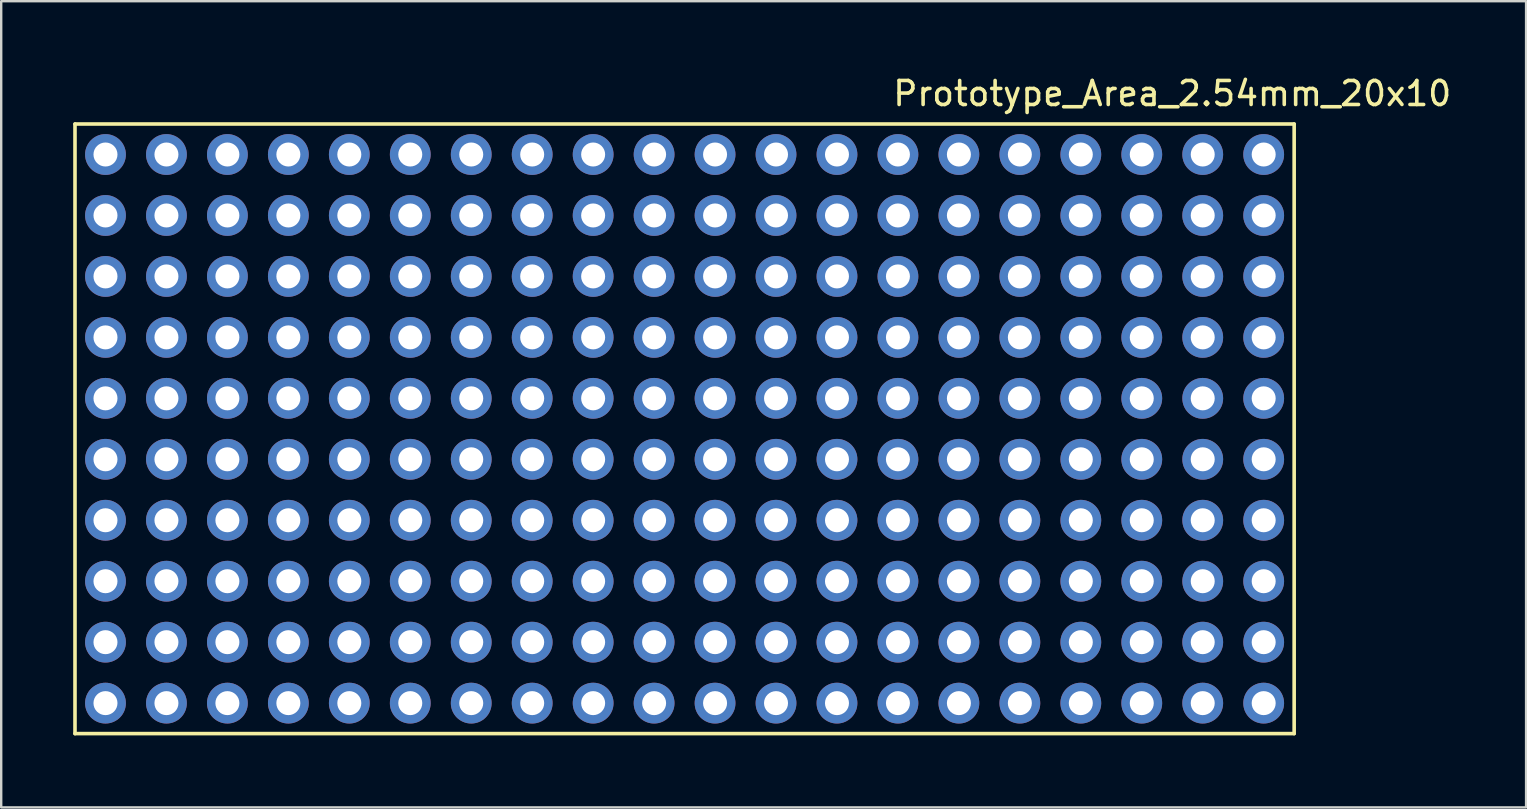
<source format=kicad_pcb>
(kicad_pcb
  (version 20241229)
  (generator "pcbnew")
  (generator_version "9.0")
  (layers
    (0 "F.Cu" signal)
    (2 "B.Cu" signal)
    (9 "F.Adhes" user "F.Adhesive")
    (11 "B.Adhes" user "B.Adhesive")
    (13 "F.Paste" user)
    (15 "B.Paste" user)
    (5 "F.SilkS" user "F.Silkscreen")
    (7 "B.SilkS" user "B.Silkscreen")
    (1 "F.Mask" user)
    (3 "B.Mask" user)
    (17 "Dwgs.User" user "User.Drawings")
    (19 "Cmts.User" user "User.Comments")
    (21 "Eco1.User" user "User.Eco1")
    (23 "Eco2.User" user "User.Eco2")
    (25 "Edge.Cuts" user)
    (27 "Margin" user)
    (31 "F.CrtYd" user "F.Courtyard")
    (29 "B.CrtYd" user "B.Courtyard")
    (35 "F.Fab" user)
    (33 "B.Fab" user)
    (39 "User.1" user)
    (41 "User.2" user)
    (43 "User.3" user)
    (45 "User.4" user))
  (footprint "Prototype_Area_2.54mm_20x10"
    (layer "F.Cu")
    (at 49.605 3.388)
    (property "Reference" "Prototype_Area_2.54mm_20x10" (at -3.81 -2.54 0) (layer "F.SilkS") (effects (font (size 1 1) (thickness 0.15))))
    (attr through_hole)
    (fp_line (start -49.53 -1.27) (end 1.27 -1.27) (stroke (width 0.15) (type solid)) (layer "F.SilkS"))
    (fp_line (start -49.53 24.13) (end -49.53 -1.27) (stroke (width 0.15) (type solid)) (layer "F.SilkS"))
    (fp_line (start 1.27 -1.27) (end 1.27 24.13) (stroke (width 0.15) (type solid)) (layer "F.SilkS"))
    (fp_line (start 1.27 24.13) (end -49.53 24.13) (stroke (width 0.15) (type solid)) (layer "F.SilkS"))
    (pad "1" thru_hole circle (at 0 0) (size 1.7 1.7) (drill 1) (layers "*.Cu" "*.Mask"))
    (pad "2" thru_hole oval (at -2.54 0) (size 1.7 1.7) (drill 1) (layers "*.Cu" "*.Mask"))
    (pad "3" thru_hole oval (at -27.94 0) (size 1.7 1.7) (drill 1) (layers "*.Cu" "*.Mask"))
    (pad "3" thru_hole oval (at -5.08 0) (size 1.7 1.7) (drill 1) (layers "*.Cu" "*.Mask"))
    (pad "4" thru_hole oval (at -30.48 0) (size 1.7 1.7) (drill 1) (layers "*.Cu" "*.Mask"))
    (pad "4" thru_hole oval (at -7.62 0) (size 1.7 1.7) (drill 1) (layers "*.Cu" "*.Mask"))
    (pad "5" thru_hole circle (at -33.02 0) (size 1.7 1.7) (drill 1) (layers "*.Cu" "*.Mask"))
    (pad "5" thru_hole circle (at -10.16 0) (size 1.7 1.7) (drill 1) (layers "*.Cu" "*.Mask"))
    (pad "6" thru_hole oval (at -35.56 0) (size 1.7 1.7) (drill 1) (layers "*.Cu" "*.Mask"))
    (pad "6" thru_hole oval (at -12.7 0) (size 1.7 1.7) (drill 1) (layers "*.Cu" "*.Mask"))
    (pad "7" thru_hole oval (at -38.1 0) (size 1.7 1.7) (drill 1) (layers "*.Cu" "*.Mask"))
    (pad "7" thru_hole oval (at -15.24 0) (size 1.7 1.7) (drill 1) (layers "*.Cu" "*.Mask"))
    (pad "8" thru_hole oval (at -40.64 0) (size 1.7 1.7) (drill 1) (layers "*.Cu" "*.Mask"))
    (pad "8" thru_hole oval (at -17.78 0) (size 1.7 1.7) (drill 1) (layers "*.Cu" "*.Mask"))
    (pad "9" thru_hole oval (at -43.18 0) (size 1.7 1.7) (drill 1) (layers "*.Cu" "*.Mask"))
    (pad "9" thru_hole oval (at -20.32 0) (size 1.7 1.7) (drill 1) (layers "*.Cu" "*.Mask"))
    (pad "10" thru_hole oval (at -45.72 0) (size 1.7 1.7) (drill 1) (layers "*.Cu" "*.Mask"))
    (pad "10" thru_hole oval (at -22.86 0) (size 1.7 1.7) (drill 1) (layers "*.Cu" "*.Mask"))
    (pad "11" thru_hole oval (at -48.26 0) (size 1.7 1.7) (drill 1) (layers "*.Cu" "*.Mask"))
    (pad "11" thru_hole oval (at -25.4 0) (size 1.7 1.7) (drill 1) (layers "*.Cu" "*.Mask"))
    (pad "12" thru_hole oval (at -48.26 2.54) (size 1.7 1.7) (drill 1) (layers "*.Cu" "*.Mask"))
    (pad "12" thru_hole oval (at -25.4 2.54) (size 1.7 1.7) (drill 1) (layers "*.Cu" "*.Mask"))
    (pad "13" thru_hole oval (at -45.72 2.54) (size 1.7 1.7) (drill 1) (layers "*.Cu" "*.Mask"))
    (pad "13" thru_hole oval (at -22.86 2.54) (size 1.7 1.7) (drill 1) (layers "*.Cu" "*.Mask"))
    (pad "14" thru_hole oval (at -43.18 2.54) (size 1.7 1.7) (drill 1) (layers "*.Cu" "*.Mask"))
    (pad "14" thru_hole oval (at -20.32 2.54) (size 1.7 1.7) (drill 1) (layers "*.Cu" "*.Mask"))
    (pad "15" thru_hole oval (at -40.64 2.54) (size 1.7 1.7) (drill 1) (layers "*.Cu" "*.Mask"))
    (pad "15" thru_hole oval (at -17.78 2.54) (size 1.7 1.7) (drill 1) (layers "*.Cu" "*.Mask"))
    (pad "16" thru_hole oval (at -38.1 2.54) (size 1.7 1.7) (drill 1) (layers "*.Cu" "*.Mask"))
    (pad "16" thru_hole oval (at -15.24 2.54) (size 1.7 1.7) (drill 1) (layers "*.Cu" "*.Mask"))
    (pad "17" thru_hole oval (at -35.56 2.54) (size 1.7 1.7) (drill 1) (layers "*.Cu" "*.Mask"))
    (pad "17" thru_hole oval (at -12.7 2.54) (size 1.7 1.7) (drill 1) (layers "*.Cu" "*.Mask"))
    (pad "18" thru_hole oval (at -33.02 2.54) (size 1.7 1.7) (drill 1) (layers "*.Cu" "*.Mask"))
    (pad "18" thru_hole oval (at -10.16 2.54) (size 1.7 1.7) (drill 1) (layers "*.Cu" "*.Mask"))
    (pad "19" thru_hole oval (at -30.48 2.54) (size 1.7 1.7) (drill 1) (layers "*.Cu" "*.Mask"))
    (pad "19" thru_hole oval (at -7.62 2.54) (size 1.7 1.7) (drill 1) (layers "*.Cu" "*.Mask"))
    (pad "20" thru_hole oval (at -27.94 2.54) (size 1.7 1.7) (drill 1) (layers "*.Cu" "*.Mask"))
    (pad "20" thru_hole oval (at -5.08 2.54) (size 1.7 1.7) (drill 1) (layers "*.Cu" "*.Mask"))
    (pad "21" thru_hole oval (at -2.54 2.54) (size 1.7 1.7) (drill 1) (layers "*.Cu" "*.Mask"))
    (pad "22" thru_hole oval (at 0 2.54) (size 1.7 1.7) (drill 1) (layers "*.Cu" "*.Mask"))
    (pad "23" thru_hole oval (at 0 5.08) (size 1.7 1.7) (drill 1) (layers "*.Cu" "*.Mask"))
    (pad "24" thru_hole oval (at -2.54 5.08) (size 1.7 1.7) (drill 1) (layers "*.Cu" "*.Mask"))
    (pad "25" thru_hole oval (at -27.94 5.08) (size 1.7 1.7) (drill 1) (layers "*.Cu" "*.Mask"))
    (pad "25" thru_hole oval (at -5.08 5.08) (size 1.7 1.7) (drill 1) (layers "*.Cu" "*.Mask"))
    (pad "26" thru_hole oval (at -30.48 5.08) (size 1.7 1.7) (drill 1) (layers "*.Cu" "*.Mask"))
    (pad "26" thru_hole oval (at -7.62 5.08) (size 1.7 1.7) (drill 1) (layers "*.Cu" "*.Mask"))
    (pad "27" thru_hole oval (at -33.02 5.08) (size 1.7 1.7) (drill 1) (layers "*.Cu" "*.Mask"))
    (pad "27" thru_hole oval (at -10.16 5.08) (size 1.7 1.7) (drill 1) (layers "*.Cu" "*.Mask"))
    (pad "28" thru_hole oval (at -35.56 5.08) (size 1.7 1.7) (drill 1) (layers "*.Cu" "*.Mask"))
    (pad "28" thru_hole oval (at -12.7 5.08) (size 1.7 1.7) (drill 1) (layers "*.Cu" "*.Mask"))
    (pad "29" thru_hole oval (at -38.1 5.08) (size 1.7 1.7) (drill 1) (layers "*.Cu" "*.Mask"))
    (pad "29" thru_hole oval (at -15.24 5.08) (size 1.7 1.7) (drill 1) (layers "*.Cu" "*.Mask"))
    (pad "30" thru_hole oval (at -40.64 5.08) (size 1.7 1.7) (drill 1) (layers "*.Cu" "*.Mask"))
    (pad "30" thru_hole oval (at -17.78 5.08) (size 1.7 1.7) (drill 1) (layers "*.Cu" "*.Mask"))
    (pad "31" thru_hole oval (at -43.18 5.08) (size 1.7 1.7) (drill 1) (layers "*.Cu" "*.Mask"))
    (pad "31" thru_hole oval (at -20.32 5.08) (size 1.7 1.7) (drill 1) (layers "*.Cu" "*.Mask"))
    (pad "32" thru_hole oval (at -45.72 5.08) (size 1.7 1.7) (drill 1) (layers "*.Cu" "*.Mask"))
    (pad "32" thru_hole oval (at -22.86 5.08) (size 1.7 1.7) (drill 1) (layers "*.Cu" "*.Mask"))
    (pad "33" thru_hole oval (at -48.26 5.08) (size 1.7 1.7) (drill 1) (layers "*.Cu" "*.Mask"))
    (pad "33" thru_hole oval (at -25.4 5.08) (size 1.7 1.7) (drill 1) (layers "*.Cu" "*.Mask"))
    (pad "34" thru_hole oval (at -48.26 7.62) (size 1.7 1.7) (drill 1) (layers "*.Cu" "*.Mask"))
    (pad "34" thru_hole oval (at -25.4 7.62) (size 1.7 1.7) (drill 1) (layers "*.Cu" "*.Mask"))
    (pad "35" thru_hole oval (at -45.72 7.62) (size 1.7 1.7) (drill 1) (layers "*.Cu" "*.Mask"))
    (pad "35" thru_hole oval (at -22.86 7.62) (size 1.7 1.7) (drill 1) (layers "*.Cu" "*.Mask"))
    (pad "36" thru_hole oval (at -43.18 7.62) (size 1.7 1.7) (drill 1) (layers "*.Cu" "*.Mask"))
    (pad "36" thru_hole oval (at -20.32 7.62) (size 1.7 1.7) (drill 1) (layers "*.Cu" "*.Mask"))
    (pad "37" thru_hole oval (at -40.64 7.62) (size 1.7 1.7) (drill 1) (layers "*.Cu" "*.Mask"))
    (pad "37" thru_hole oval (at -17.78 7.62) (size 1.7 1.7) (drill 1) (layers "*.Cu" "*.Mask"))
    (pad "38" thru_hole oval (at -38.1 7.62) (size 1.7 1.7) (drill 1) (layers "*.Cu" "*.Mask"))
    (pad "38" thru_hole oval (at -15.24 7.62) (size 1.7 1.7) (drill 1) (layers "*.Cu" "*.Mask"))
    (pad "39" thru_hole oval (at -35.56 7.62) (size 1.7 1.7) (drill 1) (layers "*.Cu" "*.Mask"))
    (pad "39" thru_hole oval (at -12.7 7.62) (size 1.7 1.7) (drill 1) (layers "*.Cu" "*.Mask"))
    (pad "40" thru_hole oval (at -33.02 7.62) (size 1.7 1.7) (drill 1) (layers "*.Cu" "*.Mask"))
    (pad "40" thru_hole oval (at -10.16 7.62) (size 1.7 1.7) (drill 1) (layers "*.Cu" "*.Mask"))
    (pad "41" thru_hole oval (at -30.48 7.62) (size 1.7 1.7) (drill 1) (layers "*.Cu" "*.Mask"))
    (pad "41" thru_hole oval (at -7.62 7.62) (size 1.7 1.7) (drill 1) (layers "*.Cu" "*.Mask"))
    (pad "42" thru_hole oval (at -27.94 7.62) (size 1.7 1.7) (drill 1) (layers "*.Cu" "*.Mask"))
    (pad "42" thru_hole oval (at -5.08 7.62) (size 1.7 1.7) (drill 1) (layers "*.Cu" "*.Mask"))
    (pad "43" thru_hole oval (at -2.54 7.62) (size 1.7 1.7) (drill 1) (layers "*.Cu" "*.Mask"))
    (pad "44" thru_hole oval (at 0 7.62) (size 1.7 1.7) (drill 1) (layers "*.Cu" "*.Mask"))
    (pad "45" thru_hole oval (at 0 10.16) (size 1.7 1.7) (drill 1) (layers "*.Cu" "*.Mask"))
    (pad "46" thru_hole oval (at -2.54 10.16) (size 1.7 1.7) (drill 1) (layers "*.Cu" "*.Mask"))
    (pad "47" thru_hole oval (at -27.94 10.16) (size 1.7 1.7) (drill 1) (layers "*.Cu" "*.Mask"))
    (pad "47" thru_hole oval (at -5.08 10.16) (size 1.7 1.7) (drill 1) (layers "*.Cu" "*.Mask"))
    (pad "48" thru_hole oval (at -30.48 10.16) (size 1.7 1.7) (drill 1) (layers "*.Cu" "*.Mask"))
    (pad "48" thru_hole oval (at -7.62 10.16) (size 1.7 1.7) (drill 1) (layers "*.Cu" "*.Mask"))
    (pad "49" thru_hole oval (at -33.02 10.16) (size 1.7 1.7) (drill 1) (layers "*.Cu" "*.Mask"))
    (pad "49" thru_hole oval (at -10.16 10.16) (size 1.7 1.7) (drill 1) (layers "*.Cu" "*.Mask"))
    (pad "50" thru_hole oval (at -35.56 10.16) (size 1.7 1.7) (drill 1) (layers "*.Cu" "*.Mask"))
    (pad "50" thru_hole oval (at -12.7 10.16) (size 1.7 1.7) (drill 1) (layers "*.Cu" "*.Mask"))
    (pad "51" thru_hole oval (at -38.1 10.16) (size 1.7 1.7) (drill 1) (layers "*.Cu" "*.Mask"))
    (pad "51" thru_hole oval (at -15.24 10.16) (size 1.7 1.7) (drill 1) (layers "*.Cu" "*.Mask"))
    (pad "52" thru_hole oval (at -40.64 10.16) (size 1.7 1.7) (drill 1) (layers "*.Cu" "*.Mask"))
    (pad "52" thru_hole oval (at -17.78 10.16) (size 1.7 1.7) (drill 1) (layers "*.Cu" "*.Mask"))
    (pad "53" thru_hole oval (at -43.18 10.16) (size 1.7 1.7) (drill 1) (layers "*.Cu" "*.Mask"))
    (pad "53" thru_hole oval (at -20.32 10.16) (size 1.7 1.7) (drill 1) (layers "*.Cu" "*.Mask"))
    (pad "54" thru_hole oval (at -45.72 10.16) (size 1.7 1.7) (drill 1) (layers "*.Cu" "*.Mask"))
    (pad "54" thru_hole oval (at -22.86 10.16) (size 1.7 1.7) (drill 1) (layers "*.Cu" "*.Mask"))
    (pad "55" thru_hole oval (at -48.26 10.16) (size 1.7 1.7) (drill 1) (layers "*.Cu" "*.Mask"))
    (pad "55" thru_hole oval (at -25.4 10.16) (size 1.7 1.7) (drill 1) (layers "*.Cu" "*.Mask"))
    (pad "56" thru_hole oval (at -48.26 12.7) (size 1.7 1.7) (drill 1) (layers "*.Cu" "*.Mask"))
    (pad "56" thru_hole oval (at -25.4 12.7) (size 1.7 1.7) (drill 1) (layers "*.Cu" "*.Mask"))
    (pad "57" thru_hole oval (at -45.72 12.7) (size 1.7 1.7) (drill 1) (layers "*.Cu" "*.Mask"))
    (pad "57" thru_hole oval (at -22.86 12.7) (size 1.7 1.7) (drill 1) (layers "*.Cu" "*.Mask"))
    (pad "58" thru_hole oval (at -43.18 12.7) (size 1.7 1.7) (drill 1) (layers "*.Cu" "*.Mask"))
    (pad "58" thru_hole oval (at -20.32 12.7) (size 1.7 1.7) (drill 1) (layers "*.Cu" "*.Mask"))
    (pad "59" thru_hole oval (at -40.64 12.7) (size 1.7 1.7) (drill 1) (layers "*.Cu" "*.Mask"))
    (pad "59" thru_hole oval (at -17.78 12.7) (size 1.7 1.7) (drill 1) (layers "*.Cu" "*.Mask"))
    (pad "60" thru_hole oval (at -38.1 12.7) (size 1.7 1.7) (drill 1) (layers "*.Cu" "*.Mask"))
    (pad "60" thru_hole oval (at -15.24 12.7) (size 1.7 1.7) (drill 1) (layers "*.Cu" "*.Mask"))
    (pad "61" thru_hole oval (at -35.56 12.7) (size 1.7 1.7) (drill 1) (layers "*.Cu" "*.Mask"))
    (pad "61" thru_hole oval (at -12.7 12.7) (size 1.7 1.7) (drill 1) (layers "*.Cu" "*.Mask"))
    (pad "62" thru_hole oval (at -33.02 12.7) (size 1.7 1.7) (drill 1) (layers "*.Cu" "*.Mask"))
    (pad "62" thru_hole oval (at -10.16 12.7) (size 1.7 1.7) (drill 1) (layers "*.Cu" "*.Mask"))
    (pad "63" thru_hole oval (at -30.48 12.7) (size 1.7 1.7) (drill 1) (layers "*.Cu" "*.Mask"))
    (pad "63" thru_hole oval (at -7.62 12.7) (size 1.7 1.7) (drill 1) (layers "*.Cu" "*.Mask"))
    (pad "64" thru_hole oval (at -27.94 12.7) (size 1.7 1.7) (drill 1) (layers "*.Cu" "*.Mask"))
    (pad "64" thru_hole oval (at -5.08 12.7) (size 1.7 1.7) (drill 1) (layers "*.Cu" "*.Mask"))
    (pad "65" thru_hole oval (at -2.54 12.7) (size 1.7 1.7) (drill 1) (layers "*.Cu" "*.Mask"))
    (pad "66" thru_hole oval (at 0 12.7) (size 1.7 1.7) (drill 1) (layers "*.Cu" "*.Mask"))
    (pad "67" thru_hole oval (at 0 15.24) (size 1.7 1.7) (drill 1) (layers "*.Cu" "*.Mask"))
    (pad "68" thru_hole oval (at -2.54 15.24) (size 1.7 1.7) (drill 1) (layers "*.Cu" "*.Mask"))
    (pad "69" thru_hole oval (at -27.94 15.24) (size 1.7 1.7) (drill 1) (layers "*.Cu" "*.Mask"))
    (pad "69" thru_hole oval (at -5.08 15.24) (size 1.7 1.7) (drill 1) (layers "*.Cu" "*.Mask"))
    (pad "70" thru_hole oval (at -30.48 15.24) (size 1.7 1.7) (drill 1) (layers "*.Cu" "*.Mask"))
    (pad "70" thru_hole oval (at -7.62 15.24) (size 1.7 1.7) (drill 1) (layers "*.Cu" "*.Mask"))
    (pad "71" thru_hole oval (at -33.02 15.24) (size 1.7 1.7) (drill 1) (layers "*.Cu" "*.Mask"))
    (pad "71" thru_hole oval (at -10.16 15.24) (size 1.7 1.7) (drill 1) (layers "*.Cu" "*.Mask"))
    (pad "72" thru_hole oval (at -35.56 15.24) (size 1.7 1.7) (drill 1) (layers "*.Cu" "*.Mask"))
    (pad "72" thru_hole oval (at -12.7 15.24) (size 1.7 1.7) (drill 1) (layers "*.Cu" "*.Mask"))
    (pad "73" thru_hole oval (at -38.1 15.24) (size 1.7 1.7) (drill 1) (layers "*.Cu" "*.Mask"))
    (pad "73" thru_hole oval (at -15.24 15.24) (size 1.7 1.7) (drill 1) (layers "*.Cu" "*.Mask"))
    (pad "74" thru_hole oval (at -40.64 15.24) (size 1.7 1.7) (drill 1) (layers "*.Cu" "*.Mask"))
    (pad "74" thru_hole oval (at -17.78 15.24) (size 1.7 1.7) (drill 1) (layers "*.Cu" "*.Mask"))
    (pad "75" thru_hole oval (at -43.18 15.24) (size 1.7 1.7) (drill 1) (layers "*.Cu" "*.Mask"))
    (pad "75" thru_hole oval (at -20.32 15.24) (size 1.7 1.7) (drill 1) (layers "*.Cu" "*.Mask"))
    (pad "76" thru_hole oval (at -45.72 15.24) (size 1.7 1.7) (drill 1) (layers "*.Cu" "*.Mask"))
    (pad "76" thru_hole oval (at -22.86 15.24) (size 1.7 1.7) (drill 1) (layers "*.Cu" "*.Mask"))
    (pad "77" thru_hole oval (at -48.26 15.24) (size 1.7 1.7) (drill 1) (layers "*.Cu" "*.Mask"))
    (pad "77" thru_hole oval (at -25.4 15.24) (size 1.7 1.7) (drill 1) (layers "*.Cu" "*.Mask"))
    (pad "78" thru_hole oval (at -48.26 17.78) (size 1.7 1.7) (drill 1) (layers "*.Cu" "*.Mask"))
    (pad "78" thru_hole oval (at -25.4 17.78) (size 1.7 1.7) (drill 1) (layers "*.Cu" "*.Mask"))
    (pad "79" thru_hole oval (at -45.72 17.78) (size 1.7 1.7) (drill 1) (layers "*.Cu" "*.Mask"))
    (pad "79" thru_hole oval (at -22.86 17.78) (size 1.7 1.7) (drill 1) (layers "*.Cu" "*.Mask"))
    (pad "80" thru_hole oval (at -43.18 17.78) (size 1.7 1.7) (drill 1) (layers "*.Cu" "*.Mask"))
    (pad "80" thru_hole oval (at -20.32 17.78) (size 1.7 1.7) (drill 1) (layers "*.Cu" "*.Mask"))
    (pad "81" thru_hole oval (at -40.64 17.78) (size 1.7 1.7) (drill 1) (layers "*.Cu" "*.Mask"))
    (pad "81" thru_hole oval (at -17.78 17.78) (size 1.7 1.7) (drill 1) (layers "*.Cu" "*.Mask"))
    (pad "82" thru_hole oval (at -38.1 17.78) (size 1.7 1.7) (drill 1) (layers "*.Cu" "*.Mask"))
    (pad "82" thru_hole oval (at -15.24 17.78) (size 1.7 1.7) (drill 1) (layers "*.Cu" "*.Mask"))
    (pad "83" thru_hole oval (at -35.56 17.78) (size 1.7 1.7) (drill 1) (layers "*.Cu" "*.Mask"))
    (pad "83" thru_hole oval (at -12.7 17.78) (size 1.7 1.7) (drill 1) (layers "*.Cu" "*.Mask"))
    (pad "84" thru_hole oval (at -33.02 17.78) (size 1.7 1.7) (drill 1) (layers "*.Cu" "*.Mask"))
    (pad "84" thru_hole oval (at -10.16 17.78) (size 1.7 1.7) (drill 1) (layers "*.Cu" "*.Mask"))
    (pad "85" thru_hole oval (at -30.48 17.78) (size 1.7 1.7) (drill 1) (layers "*.Cu" "*.Mask"))
    (pad "85" thru_hole oval (at -7.62 17.78) (size 1.7 1.7) (drill 1) (layers "*.Cu" "*.Mask"))
    (pad "86" thru_hole oval (at -27.94 17.78) (size 1.7 1.7) (drill 1) (layers "*.Cu" "*.Mask"))
    (pad "86" thru_hole oval (at -5.08 17.78) (size 1.7 1.7) (drill 1) (layers "*.Cu" "*.Mask"))
    (pad "87" thru_hole oval (at -2.54 17.78) (size 1.7 1.7) (drill 1) (layers "*.Cu" "*.Mask"))
    (pad "88" thru_hole oval (at 0 17.78) (size 1.7 1.7) (drill 1) (layers "*.Cu" "*.Mask"))
    (pad "89" thru_hole oval (at 0 20.32) (size 1.7 1.7) (drill 1) (layers "*.Cu" "*.Mask"))
    (pad "90" thru_hole oval (at -2.54 20.32) (size 1.7 1.7) (drill 1) (layers "*.Cu" "*.Mask"))
    (pad "91" thru_hole oval (at -27.94 20.32) (size 1.7 1.7) (drill 1) (layers "*.Cu" "*.Mask"))
    (pad "91" thru_hole oval (at -5.08 20.32) (size 1.7 1.7) (drill 1) (layers "*.Cu" "*.Mask"))
    (pad "92" thru_hole oval (at -30.48 20.32) (size 1.7 1.7) (drill 1) (layers "*.Cu" "*.Mask"))
    (pad "92" thru_hole oval (at -7.62 20.32) (size 1.7 1.7) (drill 1) (layers "*.Cu" "*.Mask"))
    (pad "93" thru_hole oval (at -33.02 20.32) (size 1.7 1.7) (drill 1) (layers "*.Cu" "*.Mask"))
    (pad "93" thru_hole oval (at -10.16 20.32) (size 1.7 1.7) (drill 1) (layers "*.Cu" "*.Mask"))
    (pad "94" thru_hole oval (at -35.56 20.32) (size 1.7 1.7) (drill 1) (layers "*.Cu" "*.Mask"))
    (pad "94" thru_hole oval (at -12.7 20.32) (size 1.7 1.7) (drill 1) (layers "*.Cu" "*.Mask"))
    (pad "95" thru_hole oval (at -38.1 20.32) (size 1.7 1.7) (drill 1) (layers "*.Cu" "*.Mask"))
    (pad "95" thru_hole oval (at -15.24 20.32) (size 1.7 1.7) (drill 1) (layers "*.Cu" "*.Mask"))
    (pad "96" thru_hole oval (at -40.64 20.32) (size 1.7 1.7) (drill 1) (layers "*.Cu" "*.Mask"))
    (pad "96" thru_hole oval (at -17.78 20.32) (size 1.7 1.7) (drill 1) (layers "*.Cu" "*.Mask"))
    (pad "97" thru_hole oval (at -43.18 20.32) (size 1.7 1.7) (drill 1) (layers "*.Cu" "*.Mask"))
    (pad "97" thru_hole oval (at -20.32 20.32) (size 1.7 1.7) (drill 1) (layers "*.Cu" "*.Mask"))
    (pad "98" thru_hole oval (at -45.72 20.32) (size 1.7 1.7) (drill 1) (layers "*.Cu" "*.Mask"))
    (pad "98" thru_hole oval (at -22.86 20.32) (size 1.7 1.7) (drill 1) (layers "*.Cu" "*.Mask"))
    (pad "99" thru_hole oval (at -48.26 20.32) (size 1.7 1.7) (drill 1) (layers "*.Cu" "*.Mask"))
    (pad "99" thru_hole oval (at -25.4 20.32) (size 1.7 1.7) (drill 1) (layers "*.Cu" "*.Mask"))
    (pad "100" thru_hole oval (at -48.26 22.86) (size 1.7 1.7) (drill 1) (layers "*.Cu" "*.Mask"))
    (pad "100" thru_hole oval (at -25.4 22.86) (size 1.7 1.7) (drill 1) (layers "*.Cu" "*.Mask"))
    (pad "101" thru_hole oval (at -45.72 22.86) (size 1.7 1.7) (drill 1) (layers "*.Cu" "*.Mask"))
    (pad "101" thru_hole oval (at -22.86 22.86) (size 1.7 1.7) (drill 1) (layers "*.Cu" "*.Mask"))
    (pad "102" thru_hole oval (at -43.18 22.86) (size 1.7 1.7) (drill 1) (layers "*.Cu" "*.Mask"))
    (pad "102" thru_hole oval (at -20.32 22.86) (size 1.7 1.7) (drill 1) (layers "*.Cu" "*.Mask"))
    (pad "103" thru_hole oval (at -40.64 22.86) (size 1.7 1.7) (drill 1) (layers "*.Cu" "*.Mask"))
    (pad "103" thru_hole oval (at -17.78 22.86) (size 1.7 1.7) (drill 1) (layers "*.Cu" "*.Mask"))
    (pad "104" thru_hole oval (at -38.1 22.86) (size 1.7 1.7) (drill 1) (layers "*.Cu" "*.Mask"))
    (pad "104" thru_hole oval (at -15.24 22.86) (size 1.7 1.7) (drill 1) (layers "*.Cu" "*.Mask"))
    (pad "105" thru_hole oval (at -35.56 22.86) (size 1.7 1.7) (drill 1) (layers "*.Cu" "*.Mask"))
    (pad "105" thru_hole oval (at -12.7 22.86) (size 1.7 1.7) (drill 1) (layers "*.Cu" "*.Mask"))
    (pad "106" thru_hole oval (at -33.02 22.86) (size 1.7 1.7) (drill 1) (layers "*.Cu" "*.Mask"))
    (pad "106" thru_hole oval (at -10.16 22.86) (size 1.7 1.7) (drill 1) (layers "*.Cu" "*.Mask"))
    (pad "107" thru_hole oval (at -30.48 22.86) (size 1.7 1.7) (drill 1) (layers "*.Cu" "*.Mask"))
    (pad "107" thru_hole oval (at -7.62 22.86) (size 1.7 1.7) (drill 1) (layers "*.Cu" "*.Mask"))
    (pad "108" thru_hole oval (at -27.94 22.86) (size 1.7 1.7) (drill 1) (layers "*.Cu" "*.Mask"))
    (pad "108" thru_hole oval (at -5.08 22.86) (size 1.7 1.7) (drill 1) (layers "*.Cu" "*.Mask"))
    (pad "109" thru_hole oval (at -2.54 22.86) (size 1.7 1.7) (drill 1) (layers "*.Cu" "*.Mask"))
    (pad "110" thru_hole oval (at 0 22.86) (size 1.7 1.7) (drill 1) (layers "*.Cu" "*.Mask")))
  (gr_rect
    (start -3 -3)
    (end 60.539 30.593)
    (stroke (width 0.1) (type default))
    (fill no)
    (layer "Edge.Cuts")))
</source>
